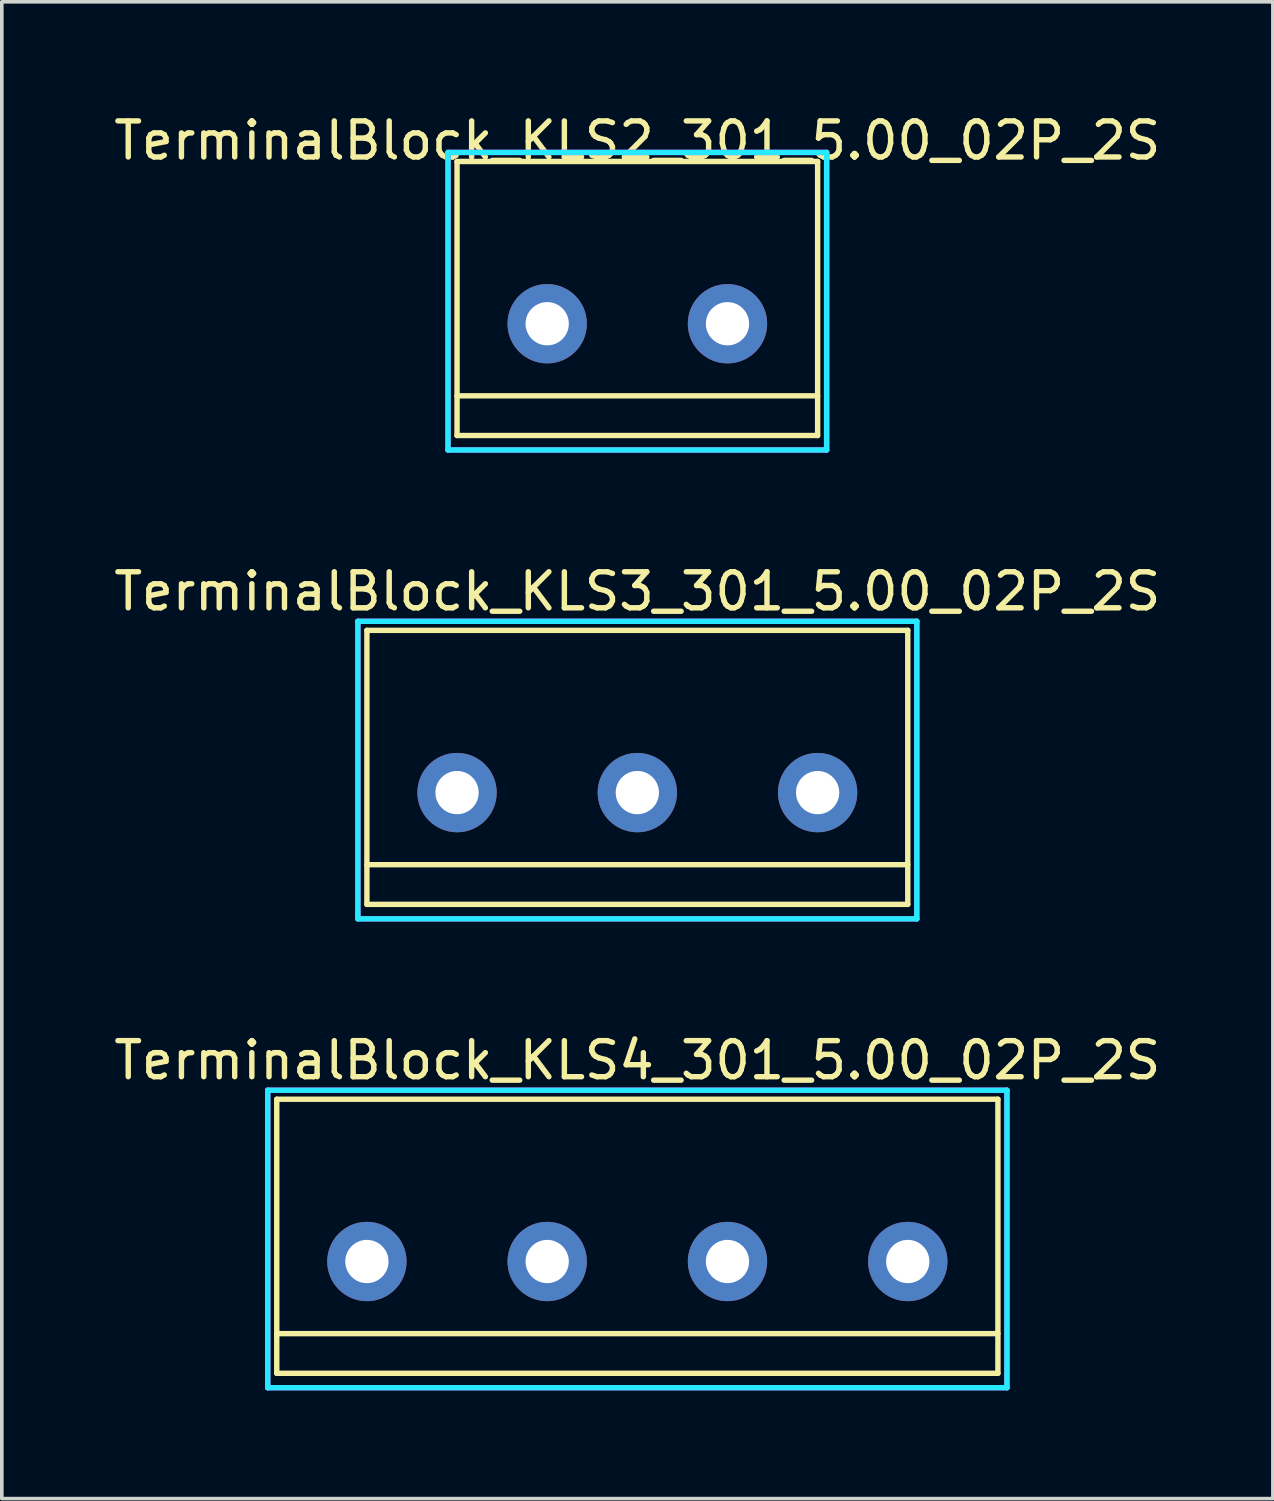
<source format=kicad_pcb>
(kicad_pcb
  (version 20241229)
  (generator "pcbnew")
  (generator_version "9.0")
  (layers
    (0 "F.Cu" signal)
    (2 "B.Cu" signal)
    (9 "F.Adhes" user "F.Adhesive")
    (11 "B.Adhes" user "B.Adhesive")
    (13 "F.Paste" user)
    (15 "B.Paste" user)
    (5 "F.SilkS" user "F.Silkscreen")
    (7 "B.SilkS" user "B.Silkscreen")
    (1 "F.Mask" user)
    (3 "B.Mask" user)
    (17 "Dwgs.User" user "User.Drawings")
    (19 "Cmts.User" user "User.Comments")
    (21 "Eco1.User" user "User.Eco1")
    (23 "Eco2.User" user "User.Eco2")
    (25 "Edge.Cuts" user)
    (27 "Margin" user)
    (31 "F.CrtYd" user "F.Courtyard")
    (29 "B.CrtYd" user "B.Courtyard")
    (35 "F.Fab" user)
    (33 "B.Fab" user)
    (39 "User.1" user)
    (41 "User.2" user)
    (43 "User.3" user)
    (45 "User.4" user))
  (footprint "TerminalBlock_KLS3_301_5.00_02P_2S"
    (layer "F.Cu")
    (at 14.625 18.931)
    (property "Reference" "TerminalBlock_KLS3_301_5.00_02P_2S" (at 0 -5.58 0) (layer "F.SilkS") (effects (font (size 1 1) (thickness 0.15))))
    (attr through_hole)
    (fp_line (start -7.5 -4.5) (end -7.5 3.1) (stroke (width 0.15) (type solid)) (layer "F.SilkS"))
    (fp_line (start -7.5 2) (end 7.5 2) (stroke (width 0.15) (type solid)) (layer "F.SilkS"))
    (fp_line (start -7.5 3.1) (end 7.5 3.1) (stroke (width 0.15) (type solid)) (layer "F.SilkS"))
    (fp_line (start 7.5 -4.5) (end -7.5 -4.5) (stroke (width 0.15) (type solid)) (layer "F.SilkS"))
    (fp_line (start 7.5 3.1) (end 7.5 -4.5) (stroke (width 0.15) (type solid)) (layer "F.SilkS"))
    (fp_line (start -7.75 -4.75) (end 7.75 -4.75) (stroke (width 0.15) (type solid)) (layer "B.CrtYd"))
    (fp_line (start -7.75 3.5) (end -7.75 -4.75) (stroke (width 0.15) (type solid)) (layer "B.CrtYd"))
    (fp_line (start 7.75 -4.75) (end 7.75 3.5) (stroke (width 0.15) (type solid)) (layer "B.CrtYd"))
    (fp_line (start 7.75 3.5) (end -7.75 3.5) (stroke (width 0.15) (type solid)) (layer "B.CrtYd"))
    (fp_line (start -7.75 -4.75) (end 7.75 -4.75) (stroke (width 0.15) (type solid)) (layer "F.CrtYd"))
    (fp_line (start -7.75 3.5) (end -7.75 -4.75) (stroke (width 0.15) (type solid)) (layer "F.CrtYd"))
    (fp_line (start 7.75 -4.75) (end 7.75 3.5) (stroke (width 0.15) (type solid)) (layer "F.CrtYd"))
    (fp_line (start 7.75 3.5) (end -7.75 3.5) (stroke (width 0.15) (type solid)) (layer "F.CrtYd"))
    (pad "1" thru_hole circle (at -5 0) (size 2.2 2.2) (drill 1.2) (layers "*.Cu" "*.Mask"))
    (pad "2" thru_hole circle (at 0 0) (size 2.2 2.2) (drill 1.2) (layers "*.Cu" "*.Mask"))
    (pad "3" thru_hole circle (at 5 0) (size 2.2 2.2) (drill 1.2) (layers "*.Cu" "*.Mask")))
  (footprint "TerminalBlock_KLS4_301_5.00_02P_2S"
    (layer "F.Cu")
    (at 14.625 31.935)
    (property "Reference" "TerminalBlock_KLS4_301_5.00_02P_2S" (at 0 -5.58 0) (layer "F.SilkS") (effects (font (size 1 1) (thickness 0.15))))
    (attr through_hole)
    (fp_line (start -10 -4.5) (end -10 3.1) (stroke (width 0.15) (type solid)) (layer "F.SilkS"))
    (fp_line (start -10 2) (end 10 2) (stroke (width 0.15) (type solid)) (layer "F.SilkS"))
    (fp_line (start -10 3.1) (end 10 3.1) (stroke (width 0.15) (type solid)) (layer "F.SilkS"))
    (fp_line (start 10 -4.5) (end -10 -4.5) (stroke (width 0.15) (type solid)) (layer "F.SilkS"))
    (fp_line (start 10 3.1) (end 10 -4.5) (stroke (width 0.15) (type solid)) (layer "F.SilkS"))
    (fp_line (start -10.25 -4.75) (end 10.25 -4.75) (stroke (width 0.15) (type solid)) (layer "B.CrtYd"))
    (fp_line (start -10.25 3.5) (end -10.25 -4.75) (stroke (width 0.15) (type solid)) (layer "B.CrtYd"))
    (fp_line (start 10.25 -4.75) (end 10.25 3.5) (stroke (width 0.15) (type solid)) (layer "B.CrtYd"))
    (fp_line (start 10.25 3.5) (end -10.25 3.5) (stroke (width 0.15) (type solid)) (layer "B.CrtYd"))
    (fp_line (start -10.25 -4.75) (end 10.25 -4.75) (stroke (width 0.15) (type solid)) (layer "F.CrtYd"))
    (fp_line (start -10.25 3.5) (end -10.25 -4.75) (stroke (width 0.15) (type solid)) (layer "F.CrtYd"))
    (fp_line (start 10.25 -4.75) (end 10.25 3.5) (stroke (width 0.15) (type solid)) (layer "F.CrtYd"))
    (fp_line (start 10.25 3.5) (end -10.25 3.5) (stroke (width 0.15) (type solid)) (layer "F.CrtYd"))
    (pad "1" thru_hole circle (at -7.5 0) (size 2.2 2.2) (drill 1.2) (layers "*.Cu" "*.Mask"))
    (pad "2" thru_hole circle (at -2.5 0) (size 2.2 2.2) (drill 1.2) (layers "*.Cu" "*.Mask"))
    (pad "3" thru_hole circle (at 2.5 0) (size 2.2 2.2) (drill 1.2) (layers "*.Cu" "*.Mask"))
    (pad "4" thru_hole circle (at 7.5 0) (size 2.2 2.2) (drill 1.2) (layers "*.Cu" "*.Mask")))
  (footprint "TerminalBlock_KLS2_301_5.00_02P_2S"
    (layer "F.Cu")
    (at 14.625 5.928)
    (property "Reference" "TerminalBlock_KLS2_301_5.00_02P_2S" (at 0 -5.08 0) (layer "F.SilkS") (effects (font (size 1 1) (thickness 0.15))))
    (attr through_hole)
    (fp_line (start -5 -4.5) (end -5 3.1) (stroke (width 0.15) (type solid)) (layer "F.SilkS"))
    (fp_line (start -5 2) (end 5 2) (stroke (width 0.15) (type solid)) (layer "F.SilkS"))
    (fp_line (start -5 3.1) (end 5 3.1) (stroke (width 0.15) (type solid)) (layer "F.SilkS"))
    (fp_line (start 5 -4.5) (end -5 -4.5) (stroke (width 0.15) (type solid)) (layer "F.SilkS"))
    (fp_line (start 5 3.1) (end 5 -4.5) (stroke (width 0.15) (type solid)) (layer "F.SilkS"))
    (fp_line (start -5.25 -4.75) (end 5.25 -4.75) (stroke (width 0.15) (type solid)) (layer "B.CrtYd"))
    (fp_line (start -5.25 3.5) (end -5.25 -4.75) (stroke (width 0.15) (type solid)) (layer "B.CrtYd"))
    (fp_line (start 5.25 -4.75) (end 5.25 3.5) (stroke (width 0.15) (type solid)) (layer "B.CrtYd"))
    (fp_line (start 5.25 3.5) (end -5.25 3.5) (stroke (width 0.15) (type solid)) (layer "B.CrtYd"))
    (fp_line (start -5.25 -4.75) (end 5.25 -4.75) (stroke (width 0.15) (type solid)) (layer "F.CrtYd"))
    (fp_line (start -5.25 3.5) (end -5.25 -4.75) (stroke (width 0.15) (type solid)) (layer "F.CrtYd"))
    (fp_line (start 5.25 -4.75) (end 5.25 3.5) (stroke (width 0.15) (type solid)) (layer "F.CrtYd"))
    (fp_line (start 5.25 3.5) (end -5.25 3.5) (stroke (width 0.15) (type solid)) (layer "F.CrtYd"))
    (pad "1" thru_hole circle (at -2.5 0) (size 2.2 2.2) (drill 1.2) (layers "*.Cu" "*.Mask"))
    (pad "2" thru_hole circle (at 2.5 0) (size 2.2 2.2) (drill 1.2) (layers "*.Cu" "*.Mask")))
  (gr_rect
    (start -3 -3)
    (end 32.25 38.51)
    (stroke (width 0.1) (type default))
    (fill no)
    (layer "Edge.Cuts")))
</source>
